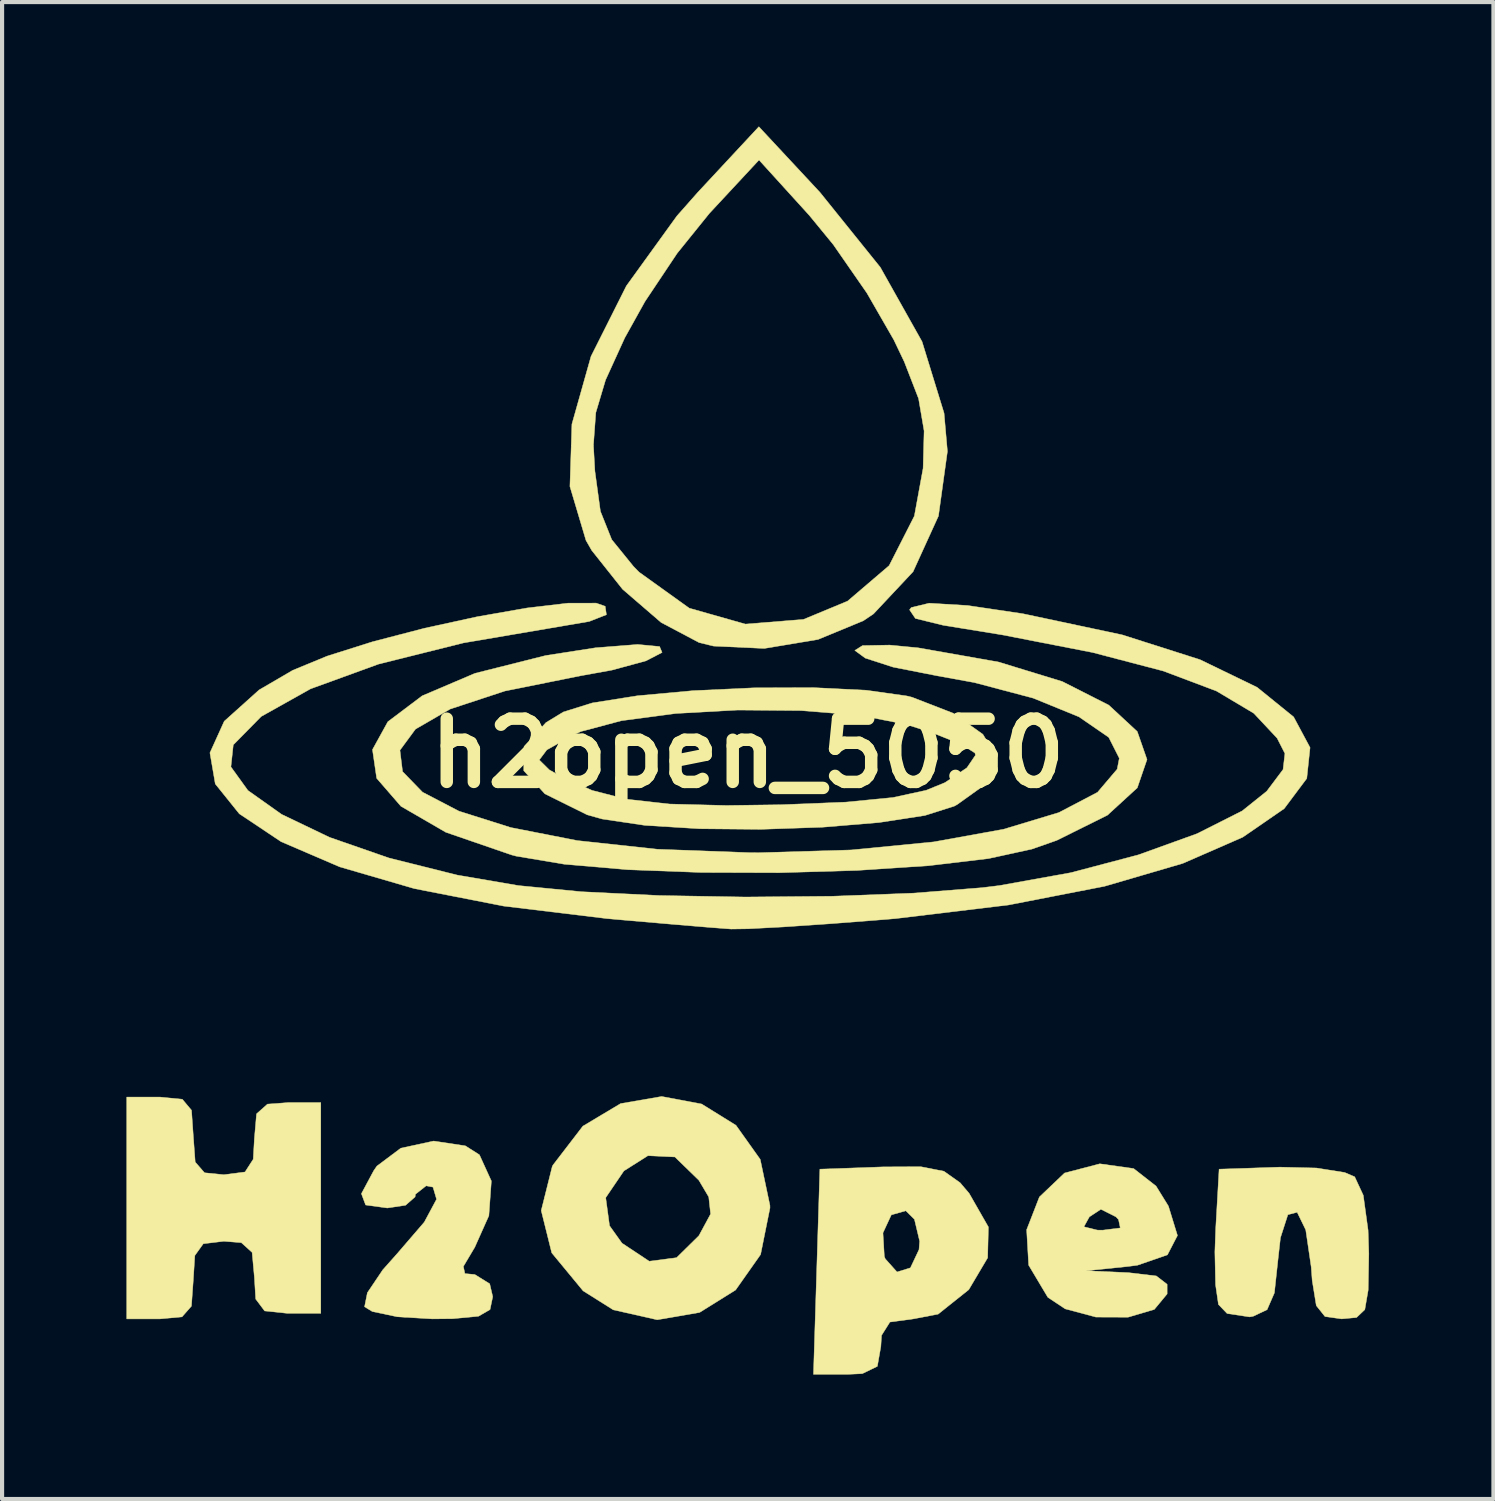
<source format=kicad_pcb>
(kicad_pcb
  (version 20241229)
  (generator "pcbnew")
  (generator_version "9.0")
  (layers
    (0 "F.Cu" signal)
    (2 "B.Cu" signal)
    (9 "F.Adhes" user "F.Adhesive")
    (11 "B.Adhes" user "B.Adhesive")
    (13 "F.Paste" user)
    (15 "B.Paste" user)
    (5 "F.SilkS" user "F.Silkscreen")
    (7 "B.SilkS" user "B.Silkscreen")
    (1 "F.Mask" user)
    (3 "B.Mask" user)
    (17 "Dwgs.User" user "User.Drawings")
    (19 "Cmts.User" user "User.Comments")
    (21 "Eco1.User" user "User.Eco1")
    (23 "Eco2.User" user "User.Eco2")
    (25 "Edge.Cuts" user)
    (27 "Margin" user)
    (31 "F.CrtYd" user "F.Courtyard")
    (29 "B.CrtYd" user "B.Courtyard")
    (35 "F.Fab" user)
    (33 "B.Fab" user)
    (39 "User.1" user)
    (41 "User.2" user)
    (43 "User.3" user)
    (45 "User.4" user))
  (footprint "h2open_5050"
    (layer "F.Cu")
    (at 14.978 15.111)
    (property "Reference" "h2open_5050" (at 0 0 0) (layer "F.SilkS") (effects (font (size 1.524 1.524) (thickness 0.3))))
    (attr through_hole)
    (fp_poly (pts (xy -13.632 8.341) (xy -13.411 8.605) (xy -13.368 9.224) (xy -13.322 9.854) (xy -13.097 10.113) (xy -12.631 10.16) (xy -12.121 10.094) (xy -11.923 9.787) (xy -11.895 9.291) (xy -11.843 8.692) (xy -11.58 8.458) (xy -11.096 8.422) (xy -10.294 8.422) (xy -10.294 13.502) (xy -11.096 13.502) (xy -11.648 13.444) (xy -11.863 13.158) (xy -11.895 12.633) (xy -11.95 12.033) (xy -12.21 11.798) (xy -12.631 11.764) (xy -13.127 11.824) (xy -13.331 12.109) (xy -13.368 12.7) (xy -13.413 13.329) (xy -13.64 13.587) (xy -14.171 13.636) (xy -14.973 13.636) (xy -14.973 8.288) (xy -14.171 8.288) (xy -13.632 8.341)) (stroke (width 0.01) (type solid)) (fill yes) (layer "F.SilkS"))
    (fp_poly (pts (xy 13.707 9.998) (xy 14.39 10.106) (xy 14.632 10.21) (xy 14.839 10.656) (xy 14.955 11.5) (xy 14.973 12.064) (xy 14.957 12.942) (xy 14.876 13.413) (xy 14.677 13.602) (xy 14.319 13.636) (xy 13.916 13.579) (xy 13.706 13.316) (xy 13.607 12.707) (xy 13.584 12.387) (xy 13.452 11.49) (xy 13.245 11.065) (xy 13.021 11.124) (xy 12.842 11.679) (xy 12.782 12.215) (xy 12.696 13.009) (xy 12.52 13.414) (xy 12.184 13.573) (xy 12.097 13.588) (xy 11.556 13.506) (xy 11.347 13.288) (xy 11.278 12.815) (xy 11.261 12.022) (xy 11.281 11.465) (xy 11.363 10.026) (xy 12.827 9.977) (xy 13.707 9.998)) (stroke (width 0.01) (type solid)) (fill yes) (layer "F.SilkS"))
    (fp_poly (pts (xy 4.728 10.076) (xy 5.119 10.353) (xy 5.337 10.609) (xy 5.801 11.42) (xy 5.783 12.163) (xy 5.328 12.931) (xy 4.59 13.521) (xy 3.991 13.636) (xy 3.427 13.712) (xy 3.225 14.033) (xy 3.208 14.304) (xy 3.124 14.78) (xy 2.761 14.956) (xy 2.396 14.973) (xy 1.584 14.973) (xy 1.661 12.499) (xy 1.69 11.562) (xy 3.259 11.562) (xy 3.292 12.127) (xy 3.314 12.187) (xy 3.598 12.505) (xy 3.921 12.405) (xy 4.128 11.966) (xy 4.144 11.764) (xy 4.018 11.235) (xy 3.81 11.029) (xy 3.46 11.129) (xy 3.259 11.562) (xy 1.69 11.562) (xy 1.738 10.026) (xy 3.265 9.971) (xy 4.171 9.967) (xy 4.728 10.076)) (stroke (width 0.01) (type solid)) (fill yes) (layer "F.SilkS"))
    (fp_poly (pts (xy -1.113 8.455) (xy -0.285 8.968) (xy 0.3 9.79) (xy 0.534 10.9) (xy 0.535 10.962) (xy 0.309 12.084) (xy -0.294 12.94) (xy -1.162 13.481) (xy -2.183 13.657) (xy -3.244 13.417) (xy -3.97 12.96) (xy -4.726 12.044) (xy -4.98 11.023) (xy -4.902 10.713) (xy -3.425 10.713) (xy -3.333 11.39) (xy -3.033 11.81) (xy -2.375 12.246) (xy -1.717 12.16) (xy -1.179 11.631) (xy -0.896 11.107) (xy -0.941 10.696) (xy -1.179 10.294) (xy -1.757 9.732) (xy -2.407 9.701) (xy -2.987 10.068) (xy -3.425 10.713) (xy -4.902 10.713) (xy -4.715 9.964) (xy -4.697 9.928) (xy -3.976 8.989) (xy -3.066 8.445) (xy -2.076 8.274) (xy -1.113 8.455)) (stroke (width 0.01) (type solid)) (fill yes) (layer "F.SilkS"))
    (fp_poly (pts (xy -6.81 9.463) (xy -6.47 9.679) (xy -6.182 10.311) (xy -6.242 11.148) (xy -6.581 11.907) (xy -6.857 12.372) (xy -6.82 12.544) (xy -6.581 12.566) (xy -6.222 12.789) (xy -6.149 13.101) (xy -6.214 13.411) (xy -6.492 13.572) (xy -7.112 13.631) (xy -7.604 13.636) (xy -8.445 13.586) (xy -9.052 13.458) (xy -9.239 13.344) (xy -9.171 13.005) (xy -8.799 12.452) (xy -8.453 12.063) (xy -7.799 11.303) (xy -7.503 10.751) (xy -7.589 10.459) (xy -7.754 10.427) (xy -8.013 10.631) (xy -8.021 10.695) (xy -8.25 10.896) (xy -8.689 10.962) (xy -9.213 10.89) (xy -9.315 10.617) (xy -9.017 10.061) (xy -8.942 9.952) (xy -8.365 9.52) (xy -7.573 9.348) (xy -6.81 9.463)) (stroke (width 0.01) (type solid)) (fill yes) (layer "F.SilkS"))
    (fp_poly (pts (xy 8.489 9.897) (xy 9.302 10.011) (xy 9.843 10.434) (xy 10.141 10.916) (xy 10.359 11.626) (xy 10.117 12.092) (xy 9.395 12.342) (xy 9.172 12.371) (xy 8.155 12.476) (xy 9.177 12.521) (xy 9.85 12.601) (xy 10.11 12.802) (xy 10.11 13.034) (xy 9.801 13.408) (xy 9.168 13.595) (xy 8.392 13.592) (xy 7.652 13.394) (xy 7.234 13.116) (xy 6.772 12.341) (xy 6.723 11.486) (xy 6.751 11.415) (xy 8.103 11.415) (xy 8.427 11.495) (xy 8.556 11.497) (xy 8.981 11.443) (xy 8.938 11.241) (xy 8.877 11.176) (xy 8.513 10.993) (xy 8.235 11.176) (xy 8.103 11.415) (xy 6.751 11.415) (xy 7.03 10.697) (xy 7.637 10.119) (xy 8.486 9.897) (xy 8.489 9.897)) (stroke (width 0.01) (type solid)) (fill yes) (layer "F.SilkS"))
    (fp_poly (pts (xy 1.74 -13.524) (xy 3.195 -11.717) (xy 4.201 -9.926) (xy 4.732 -8.201) (xy 4.813 -7.279) (xy 4.597 -5.721) (xy 3.985 -4.378) (xy 3.031 -3.361) (xy 2.785 -3.195) (xy 1.693 -2.744) (xy 0.398 -2.528) (xy -0.828 -2.585) (xy -1.175 -2.67) (xy -2.089 -3.154) (xy -3.017 -3.954) (xy -3.764 -4.894) (xy -3.901 -5.134) (xy -4.288 -6.433) (xy -4.256 -7.43) (xy -3.721 -7.43) (xy -3.686 -6.805) (xy -3.553 -5.835) (xy -3.28 -5.152) (xy -2.757 -4.507) (xy -2.619 -4.366) (xy -1.411 -3.499) (xy -0.058 -3.115) (xy 1.343 -3.228) (xy 2.406 -3.669) (xy 3.408 -4.525) (xy 4.016 -5.72) (xy 4.227 -6.872) (xy 4.251 -7.772) (xy 4.118 -8.551) (xy 3.773 -9.44) (xy 3.522 -9.966) (xy 2.872 -11.096) (xy 2.06 -12.266) (xy 1.485 -12.967) (xy 0.271 -14.304) (xy -0.925 -13.018) (xy -1.7 -12.058) (xy -2.478 -10.893) (xy -2.966 -10.016) (xy -3.429 -9) (xy -3.664 -8.213) (xy -3.721 -7.43) (xy -4.256 -7.43) (xy -4.24 -7.936) (xy -3.779 -9.571) (xy -2.927 -11.268) (xy -1.708 -12.955) (xy -1.205 -13.524) (xy 0.267 -15.106) (xy 1.74 -13.524)) (stroke (width 0.01) (type solid)) (fill yes) (layer "F.SilkS"))
    (fp_poly (pts (xy 2.857 -1.52) (xy 3.831 -1.383) (xy 3.958 -1.352) (xy 4.956 -0.965) (xy 5.667 -0.459) (xy 6 0.087) (xy 5.977 0.405) (xy 5.645 0.808) (xy 5.049 1.235) (xy 4.981 1.273) (xy 4.27 1.499) (xy 3.164 1.669) (xy 1.799 1.782) (xy 0.312 1.833) (xy -1.16 1.819) (xy -2.48 1.737) (xy -3.512 1.584) (xy -3.873 1.482) (xy -4.892 0.977) (xy -5.401 0.419) (xy -5.398 0.16) (xy -5.027 0.16) (xy -4.785 0.399) (xy -4.478 0.572) (xy -3.755 0.894) (xy -2.929 1.106) (xy -1.888 1.223) (xy -0.515 1.258) (xy 0.802 1.24) (xy 2.367 1.177) (xy 3.5 1.066) (xy 4.3 0.892) (xy 4.755 0.706) (xy 5.283 0.349) (xy 5.49 0.044) (xy 5.476 -0.008) (xy 5.152 -0.214) (xy 4.474 -0.486) (xy 3.817 -0.697) (xy 2.688 -0.917) (xy 1.285 -1.03) (xy -0.239 -1.043) (xy -1.734 -0.96) (xy -3.045 -0.786) (xy -4.022 -0.526) (xy -4.211 -0.44) (xy -4.845 -0.082) (xy -5.027 0.16) (xy -5.398 0.16) (xy -5.394 -0.164) (xy -4.865 -0.741) (xy -4.446 -0.996) (xy -3.751 -1.214) (xy -2.662 -1.387) (xy -1.318 -1.51) (xy 0.143 -1.578) (xy 1.581 -1.583) (xy 2.857 -1.52)) (stroke (width 0.01) (type solid)) (fill yes) (layer "F.SilkS"))
    (fp_poly (pts (xy -2.126 -2.574) (xy -2.066 -2.43) (xy -2.456 -2.228) (xy -3.274 -2.006) (xy -4.029 -1.869) (xy -5.854 -1.502) (xy -7.174 -1.067) (xy -8.011 -0.583) (xy -8.386 -0.074) (xy -8.323 0.44) (xy -7.841 0.937) (xy -6.965 1.394) (xy -5.714 1.79) (xy -4.112 2.104) (xy -2.18 2.313) (xy 0.06 2.396) (xy 0.267 2.397) (xy 2.497 2.33) (xy 4.481 2.136) (xy 6.167 1.831) (xy 7.501 1.428) (xy 8.432 0.94) (xy 8.906 0.382) (xy 8.957 0.119) (xy 8.702 -0.385) (xy 7.985 -0.879) (xy 6.881 -1.33) (xy 5.46 -1.706) (xy 4.563 -1.869) (xy 3.503 -2.078) (xy 2.833 -2.295) (xy 2.58 -2.48) (xy 2.767 -2.597) (xy 3.421 -2.609) (xy 4.106 -2.543) (xy 6.045 -2.201) (xy 7.583 -1.73) (xy 8.704 -1.161) (xy 9.39 -0.525) (xy 9.625 0.15) (xy 9.391 0.832) (xy 8.671 1.492) (xy 7.449 2.099) (xy 6.848 2.31) (xy 5.803 2.538) (xy 4.356 2.71) (xy 2.633 2.824) (xy 0.765 2.879) (xy -1.12 2.873) (xy -2.893 2.806) (xy -4.425 2.674) (xy -5.589 2.478) (xy -5.689 2.452) (xy -7.28 1.904) (xy -8.362 1.277) (xy -8.947 0.602) (xy -9.048 -0.089) (xy -8.677 -0.762) (xy -7.849 -1.386) (xy -6.577 -1.928) (xy -4.872 -2.357) (xy -3.67 -2.544) (xy -2.654 -2.624) (xy -2.126 -2.574)) (stroke (width 0.01) (type solid)) (fill yes) (layer "F.SilkS"))
    (fp_poly (pts (xy -3.438 -3.545) (xy -3.408 -3.341) (xy -3.821 -3.179) (xy -4.446 -3.072) (xy -6.857 -2.661) (xy -8.903 -2.15) (xy -10.541 -1.554) (xy -11.73 -0.888) (xy -12.404 -0.203) (xy -12.461 0.327) (xy -12.051 0.896) (xy -11.237 1.473) (xy -10.083 2.026) (xy -8.651 2.524) (xy -7.005 2.936) (xy -5.529 3.189) (xy -4.012 3.337) (xy -2.132 3.429) (xy -0.057 3.465) (xy 2.044 3.446) (xy 4.001 3.371) (xy 5.647 3.24) (xy 6.063 3.189) (xy 7.79 2.878) (xy 9.417 2.448) (xy 10.831 1.938) (xy 11.921 1.388) (xy 12.512 0.914) (xy 12.905 0.391) (xy 12.95 0.005) (xy 12.762 -0.364) (xy 12.199 -0.965) (xy 11.299 -1.501) (xy 10.017 -1.984) (xy 8.311 -2.431) (xy 6.137 -2.855) (xy 4.711 -3.087) (xy 4.041 -3.251) (xy 3.9 -3.46) (xy 3.942 -3.514) (xy 4.373 -3.619) (xy 5.301 -3.563) (xy 6.632 -3.365) (xy 9.025 -2.856) (xy 10.904 -2.257) (xy 12.279 -1.591) (xy 13.16 -0.877) (xy 13.556 -0.138) (xy 13.477 0.606) (xy 12.932 1.334) (xy 11.932 2.023) (xy 10.485 2.655) (xy 8.601 3.206) (xy 6.29 3.656) (xy 3.561 3.985) (xy 3.278 4.009) (xy 1.989 4.109) (xy 0.858 4.186) (xy 0.012 4.231) (xy -0.401 4.237) (xy -0.898 4.199) (xy -1.773 4.126) (xy -2.874 4.031) (xy -3.394 3.985) (xy -5.887 3.683) (xy -8.042 3.261) (xy -9.838 2.738) (xy -11.251 2.131) (xy -12.259 1.458) (xy -12.838 0.738) (xy -12.967 -0.012) (xy -12.622 -0.773) (xy -11.781 -1.528) (xy -10.969 -2.002) (xy -10.139 -2.344) (xy -9.044 -2.69) (xy -7.799 -3.014) (xy -6.521 -3.293) (xy -5.326 -3.503) (xy -4.332 -3.62) (xy -3.655 -3.621) (xy -3.438 -3.545)) (stroke (width 0.01) (type solid)) (fill yes) (layer "F.SilkS")))
  (gr_rect
    (start -3 -3)
    (end 32.955 33.089)
    (stroke (width 0.1) (type default))
    (fill no)
    (layer "Edge.Cuts")))
</source>
